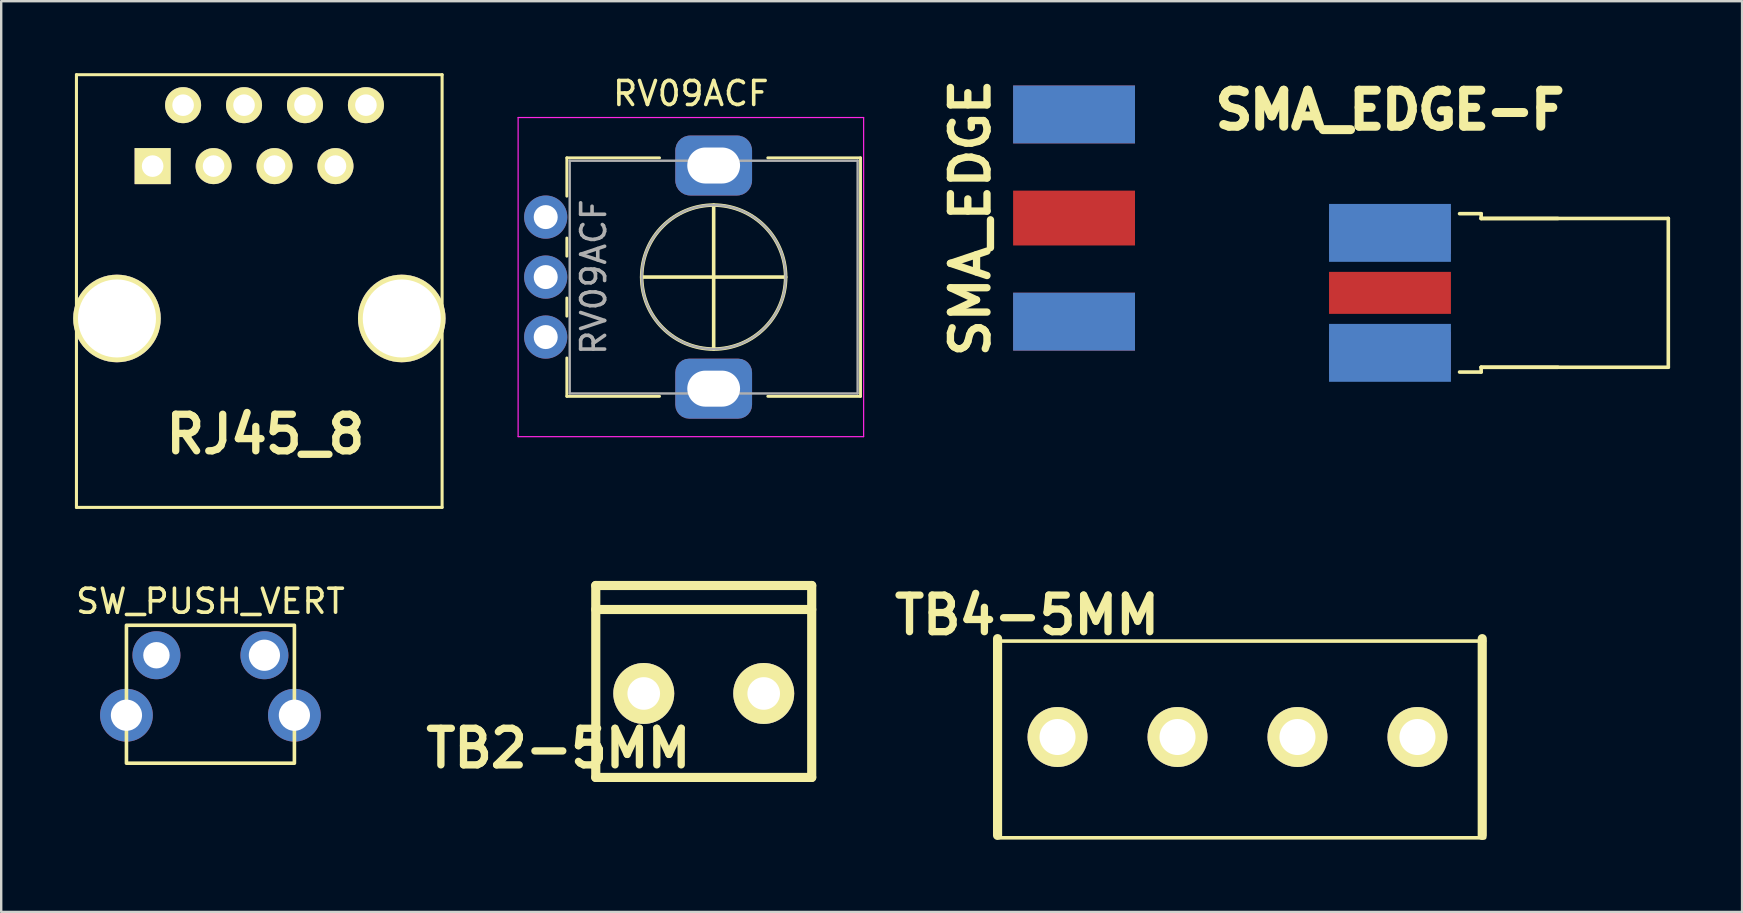
<source format=kicad_pcb>
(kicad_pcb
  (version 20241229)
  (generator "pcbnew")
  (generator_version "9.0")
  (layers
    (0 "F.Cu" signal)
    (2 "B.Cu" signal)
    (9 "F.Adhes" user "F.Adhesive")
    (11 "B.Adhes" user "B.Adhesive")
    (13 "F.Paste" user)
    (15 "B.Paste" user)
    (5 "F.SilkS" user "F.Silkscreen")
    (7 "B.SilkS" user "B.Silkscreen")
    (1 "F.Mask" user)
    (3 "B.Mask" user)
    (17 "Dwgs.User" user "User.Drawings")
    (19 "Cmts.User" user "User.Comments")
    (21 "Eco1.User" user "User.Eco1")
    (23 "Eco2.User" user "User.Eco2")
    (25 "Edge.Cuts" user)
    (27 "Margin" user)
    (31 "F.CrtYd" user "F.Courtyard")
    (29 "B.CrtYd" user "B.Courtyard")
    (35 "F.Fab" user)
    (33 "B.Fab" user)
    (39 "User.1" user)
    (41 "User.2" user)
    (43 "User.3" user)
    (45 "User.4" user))
  (footprint "SMA_EDGE-F"
    (layer "F.Cu")
    (at 54.881 9.156)
    (property "Reference" "SMA_EDGE-F" (at 0 -7.62 0) (layer "F.SilkS") (effects (font (size 1.5 1.5) (thickness 0.375))))
    (attr through_hole)
    (fp_line (start 2.9 -3.3) (end 3.8 -3.3) (stroke (width 0.15) (type solid)) (layer "F.SilkS"))
    (fp_line (start 2.9 3.3) (end 3.8 3.3) (stroke (width 0.15) (type solid)) (layer "F.SilkS"))
    (fp_line (start 3.8 -3.3) (end 3.8 -3.1) (stroke (width 0.15) (type solid)) (layer "F.SilkS"))
    (fp_line (start 3.8 -3.1) (end 7 -3.1) (stroke (width 0.15) (type solid)) (layer "F.SilkS"))
    (fp_line (start 3.8 -3.1) (end 11.6 -3.1) (stroke (width 0.15) (type solid)) (layer "F.SilkS"))
    (fp_line (start 3.8 3.1) (end 7 3.1) (stroke (width 0.15) (type solid)) (layer "F.SilkS"))
    (fp_line (start 3.8 3.1) (end 11.6 3.1) (stroke (width 0.15) (type solid)) (layer "F.SilkS"))
    (fp_line (start 3.8 3.3) (end 3.8 3.1) (stroke (width 0.15) (type solid)) (layer "F.SilkS"))
    (fp_line (start 11.6 3.1) (end 11.6 -3.1) (stroke (width 0.15) (type solid)) (layer "F.SilkS"))
    (pad "1" smd rect (at 0 0) (size 5.08 1.75) (layers "F.Cu" "F.Mask"))
    (pad "2" smd rect (at 0 -2.5) (size 5.08 1.75) (layers "F.Cu" "F.Mask"))
    (pad "2" smd rect (at 0 -2.5) (size 5.08 2.413) (layers "B.Cu" "B.Mask"))
    (pad "2" smd rect (at 0 2.5) (size 5.08 1.75) (layers "F.Cu" "F.Mask"))
    (pad "2" smd rect (at 0 2.5) (size 5.08 2.413) (layers "B.Cu" "B.Mask")))
  (footprint "TB4-5MM"
    (layer "F.Cu")
    (at 41.025 27.667)
    (property "Reference" "TB4-5MM" (at -1.27 -5.08 0) (layer "F.SilkS") (effects (font (size 1.524 1.524) (thickness 0.305))))
    (attr through_hole)
    (fp_line (start -2.499 4.1) (end -2.499 -4.1) (stroke (width 0.381) (type solid)) (layer "F.SilkS"))
    (fp_line (start -2.4 -4) (end 17.8 -4) (stroke (width 0.15) (type solid)) (layer "F.SilkS"))
    (fp_line (start 17.701 -4.1) (end 17.701 4.1) (stroke (width 0.381) (type solid)) (layer "F.SilkS"))
    (fp_line (start 17.8 4.2) (end -2.4 4.2) (stroke (width 0.15) (type solid)) (layer "F.SilkS"))
    (pad "1" thru_hole circle (at 0 0) (size 2.499 2.499) (drill 1.501) (layers "*.Cu" "*.Mask" "F.SilkS"))
    (pad "2" thru_hole circle (at 5.001 0) (size 2.499 2.499) (drill 1.501) (layers "*.Cu" "*.Mask" "F.SilkS"))
    (pad "3" thru_hole circle (at 10 0) (size 2.499 2.499) (drill 1.501) (layers "*.Cu" "*.Mask" "F.SilkS"))
    (pad "4" thru_hole circle (at 15.001 0) (size 2.499 2.499) (drill 1.501) (layers "*.Cu" "*.Mask" "F.SilkS")))
  (footprint "SW_PUSH_VERT"
    (layer "F.Cu")
    (at 5.72 26.759)
    (property "Reference" "SW_PUSH_VERT" (at 0 -4.75 0) (unlocked yes) (layer "F.SilkS") (effects (font (size 1 1) (thickness 0.15))))
    (attr through_hole)
    (fp_rect (start -3.5 -3.75) (end 3.5 2) (stroke (width 0.15) (type default)) (fill no) (layer "F.SilkS"))
    (pad "1" thru_hole circle (at -2.25 -2.5) (size 2 2) (drill 1.1) (layers "*.Cu" "*.Mask"))
    (pad "2" thru_hole circle (at 2.25 -2.5) (size 2 2) (drill 1.3) (layers "*.Cu" "*.Mask"))
    (pad "3" thru_hole circle (at -3.5 0) (size 2.2 2.2) (drill 1.3) (layers "*.Cu" "*.Mask"))
    (pad "3" thru_hole circle (at 3.5 0) (size 2.2 2.2) (drill 1.3) (layers "*.Cu" "*.Mask")))
  (footprint "SMA_EDGE"
    (layer "F.Cu")
    (at 41.714 6.038)
    (property "Reference" "SMA_EDGE" (at -4.318 0 90) (layer "F.SilkS") (effects (font (size 1.524 1.524) (thickness 0.305))))
    (attr through_hole)
    (pad "1" smd rect (at 0 0) (size 5.08 2.286) (layers "F.Cu" "F.Mask" "F.Paste"))
    (pad "2" smd rect (at 0 -4.318) (size 5.08 2.413) (layers "F.Cu" "F.Mask" "F.Paste"))
    (pad "2" smd rect (at 0 -4.318) (size 5.08 2.413) (layers "B.Cu" "B.Mask" "B.Paste"))
    (pad "2" smd rect (at 0 4.318) (size 5.08 2.413) (layers "F.Cu" "F.Mask" "F.Paste"))
    (pad "2" smd rect (at 0 4.318) (size 5.08 2.413) (layers "B.Cu" "B.Mask" "B.Paste")))
  (footprint "RV09ACF"
    (layer "F.Cu")
    (at 26.694 8.498)
    (property "Reference" "RV09ACF" (at -0.95 -7.65 0) (layer "F.SilkS") (effects (font (size 1 1) (thickness 0.15))))
    (attr through_hole)
    (fp_line (start -6.12 -4.97) (end -6.12 -3.371) (stroke (width 0.12) (type solid)) (layer "F.SilkS"))
    (fp_line (start -6.12 -4.97) (end -2.255 -4.97) (stroke (width 0.12) (type solid)) (layer "F.SilkS"))
    (fp_line (start -6.12 -1.629) (end -6.12 -0.87) (stroke (width 0.12) (type solid)) (layer "F.SilkS"))
    (fp_line (start -6.12 0.871) (end -6.12 1.63) (stroke (width 0.12) (type solid)) (layer "F.SilkS"))
    (fp_line (start -6.12 3.37) (end -6.12 4.97) (stroke (width 0.12) (type solid)) (layer "F.SilkS"))
    (fp_line (start -6.12 4.97) (end -2.255 4.97) (stroke (width 0.12) (type solid)) (layer "F.SilkS"))
    (fp_line (start -3 0) (end 3 0) (stroke (width 0.15) (type solid)) (layer "F.SilkS"))
    (fp_line (start 0 -3) (end 0 3) (stroke (width 0.15) (type solid)) (layer "F.SilkS"))
    (fp_line (start 2.255 -4.97) (end 6.12 -4.97) (stroke (width 0.12) (type solid)) (layer "F.SilkS"))
    (fp_line (start 2.255 4.97) (end 6.12 4.97) (stroke (width 0.12) (type solid)) (layer "F.SilkS"))
    (fp_line (start 6.12 -4.97) (end 6.12 4.97) (stroke (width 0.12) (type solid)) (layer "F.SilkS"))
    (fp_circle (center 0 0) (end 3 0) (stroke (width 0.15) (type solid)) (fill no) (layer "F.SilkS"))
    (fp_line (start -8.15 -6.65) (end -8.15 6.65) (stroke (width 0.05) (type solid)) (layer "F.CrtYd"))
    (fp_line (start -8.15 6.65) (end 6.25 6.65) (stroke (width 0.05) (type solid)) (layer "F.CrtYd"))
    (fp_line (start 6.25 -6.65) (end -8.15 -6.65) (stroke (width 0.05) (type solid)) (layer "F.CrtYd"))
    (fp_line (start 6.25 6.65) (end 6.25 -6.65) (stroke (width 0.05) (type solid)) (layer "F.CrtYd"))
    (fp_line (start -6 -4.85) (end -6 4.85) (stroke (width 0.1) (type solid)) (layer "F.Fab"))
    (fp_line (start -6 4.85) (end 6 4.85) (stroke (width 0.1) (type solid)) (layer "F.Fab"))
    (fp_line (start 6 -4.85) (end -6 -4.85) (stroke (width 0.1) (type solid)) (layer "F.Fab"))
    (fp_line (start 6 4.85) (end 6 -4.85) (stroke (width 0.1) (type solid)) (layer "F.Fab"))
    (fp_circle (center 0 0) (end 3 0) (stroke (width 0.1) (type solid)) (fill no) (layer "F.Fab"))
    (fp_text user "${REFERENCE}" (at -5 0 90) (layer "F.Fab") (effects (font (size 1 1) (thickness 0.15))))
    (pad "" np_thru_hole roundrect (at 0 -4.65) (size 3.2 2.5) (drill oval 2.2 1.5) (layers "*.Cu" "*.Mask") (roundrect_rratio 0.25))
    (pad "" np_thru_hole roundrect (at 0 4.65) (size 3.2 2.5) (drill oval 2.2 1.5) (layers "*.Cu" "*.Mask") (roundrect_rratio 0.231))
    (pad "1" thru_hole circle (at -7 2.5) (size 1.8 1.8) (drill 1) (layers "*.Cu" "*.Mask"))
    (pad "2" thru_hole circle (at -7 0) (size 1.8 1.8) (drill 1) (layers "*.Cu" "*.Mask"))
    (pad "3" thru_hole circle (at -7 -2.5) (size 1.8 1.8) (drill 1) (layers "*.Cu" "*.Mask")))
  (footprint "RJ45_8"
    (layer "F.Cu")
    (at 7.756 10.223)
    (property "Reference" "RJ45_8" (at 0.254 4.826 0) (layer "F.SilkS") (effects (font (size 1.524 1.524) (thickness 0.305))))
    (attr through_hole)
    (fp_line (start -7.62 -10.16) (end -7.62 7.874) (stroke (width 0.127) (type solid)) (layer "F.SilkS"))
    (fp_line (start -7.62 7.874) (end 7.62 7.874) (stroke (width 0.127) (type solid)) (layer "F.SilkS"))
    (fp_line (start 7.62 -10.16) (end -7.62 -10.16) (stroke (width 0.127) (type solid)) (layer "F.SilkS"))
    (fp_line (start 7.62 7.874) (end 7.62 -10.16) (stroke (width 0.127) (type solid)) (layer "F.SilkS"))
    (pad "1" thru_hole rect (at -4.445 -6.35) (size 1.501 1.501) (drill 0.899) (layers "*.Cu" "*.Mask" "F.SilkS"))
    (pad "2" thru_hole circle (at -3.175 -8.89) (size 1.501 1.501) (drill 0.899) (layers "*.Cu" "*.Mask" "F.SilkS"))
    (pad "3" thru_hole circle (at -1.905 -6.35) (size 1.501 1.501) (drill 0.899) (layers "*.Cu" "*.Mask" "F.SilkS"))
    (pad "4" thru_hole circle (at -0.635 -8.89) (size 1.501 1.501) (drill 0.899) (layers "*.Cu" "*.Mask" "F.SilkS"))
    (pad "5" thru_hole circle (at 0.635 -6.35) (size 1.501 1.501) (drill 0.899) (layers "*.Cu" "*.Mask" "F.SilkS"))
    (pad "6" thru_hole circle (at 1.905 -8.89) (size 1.501 1.501) (drill 0.899) (layers "*.Cu" "*.Mask" "F.SilkS"))
    (pad "7" thru_hole circle (at 3.175 -6.35) (size 1.501 1.501) (drill 0.899) (layers "*.Cu" "*.Mask" "F.SilkS"))
    (pad "8" thru_hole circle (at 4.445 -8.89) (size 1.501 1.501) (drill 0.899) (layers "*.Cu" "*.Mask" "F.SilkS"))
    (pad "Hole" thru_hole circle (at -5.931 0) (size 3.65 3.65) (drill 3.251) (layers "*.Cu" "*.Mask" "F.SilkS"))
    (pad "Hole" thru_hole circle (at 5.939 0) (size 3.65 3.65) (drill 3.251) (layers "*.Cu" "*.Mask" "F.SilkS")))
  (footprint "TB2-5MM"
    (layer "F.Cu")
    (at 23.78 25.852)
    (property "Reference" "TB2-5MM" (at -3.556 2.286 0) (layer "F.SilkS") (effects (font (size 1.524 1.524) (thickness 0.305))))
    (attr through_hole)
    (fp_line (start -2 -4.5) (end -2 3.5) (stroke (width 0.381) (type solid)) (layer "F.SilkS"))
    (fp_line (start -2 -4.5) (end 7 -4.5) (stroke (width 0.381) (type solid)) (layer "F.SilkS"))
    (fp_line (start -2 -3.5) (end 7 -3.5) (stroke (width 0.381) (type solid)) (layer "F.SilkS"))
    (fp_line (start -2 3.5) (end 7 3.5) (stroke (width 0.381) (type solid)) (layer "F.SilkS"))
    (fp_line (start 7 -4.5) (end 7 3.5) (stroke (width 0.381) (type solid)) (layer "F.SilkS"))
    (pad "1" thru_hole circle (at 0 0) (size 2.54 2.54) (drill 1.359) (layers "*.Cu" "*.Mask" "F.SilkS"))
    (pad "2" thru_hole circle (at 5 0) (size 2.54 2.54) (drill 1.359) (layers "*.Cu" "*.Mask" "F.SilkS")))
  (gr_rect
    (start -3 -3)
    (end 69.556 34.958)
    (stroke (width 0.1) (type default))
    (fill no)
    (layer "Edge.Cuts")))
</source>
